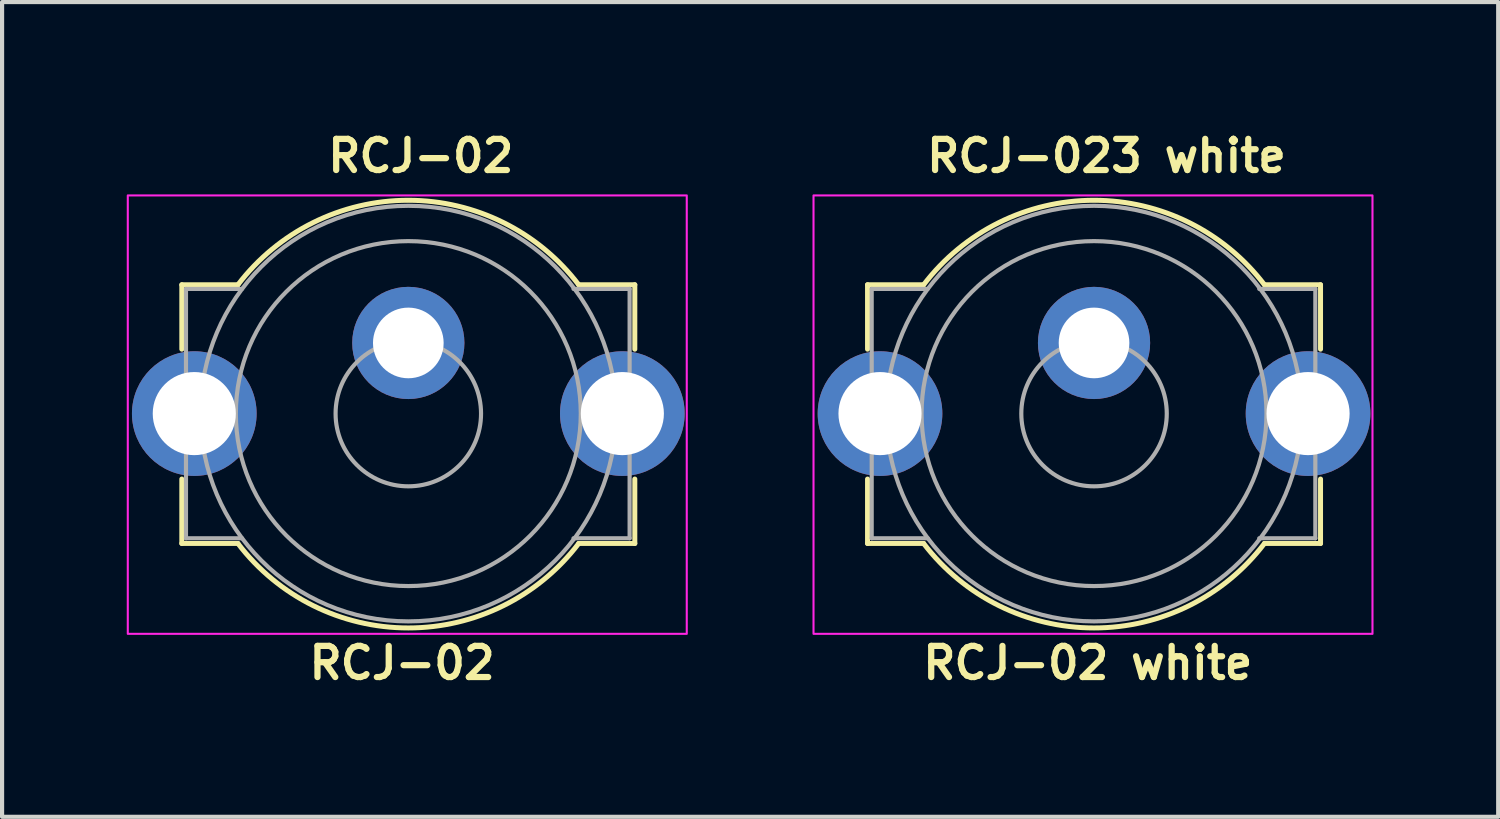
<source format=kicad_pcb>
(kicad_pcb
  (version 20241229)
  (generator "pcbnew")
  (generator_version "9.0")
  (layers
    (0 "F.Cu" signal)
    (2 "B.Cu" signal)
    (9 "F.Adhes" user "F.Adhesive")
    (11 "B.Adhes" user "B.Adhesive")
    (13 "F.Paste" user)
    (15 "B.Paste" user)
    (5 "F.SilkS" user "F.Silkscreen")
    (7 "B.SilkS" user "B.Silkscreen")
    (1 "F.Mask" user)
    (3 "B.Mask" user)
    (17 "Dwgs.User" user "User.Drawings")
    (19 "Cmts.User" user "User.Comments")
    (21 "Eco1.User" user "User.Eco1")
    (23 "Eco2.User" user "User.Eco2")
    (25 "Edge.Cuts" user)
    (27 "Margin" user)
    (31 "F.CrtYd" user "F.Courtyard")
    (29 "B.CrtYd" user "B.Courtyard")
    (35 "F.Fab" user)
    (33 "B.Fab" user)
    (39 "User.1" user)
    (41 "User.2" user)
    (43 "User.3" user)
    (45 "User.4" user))
  (footprint "RCJ-02"
    (layer "F.Cu")
    (at 1.625 6.902)
    (property "Reference" "RCJ-02" (at 5.45 -6.2 0) (layer "F.SilkS") (effects (font (size 0.75 0.75) (thickness 0.15))))
    (property "Value" "RCJ-02" (at 5.4 6.15 0) (layer "F.Fab") (hide yes) (effects (font (size 1 1) (thickness 0.15))))
    (fp_line (start -0.3 -3.1) (end -0.3 -1.55) (stroke (width 0.12) (type solid)) (layer "F.SilkS"))
    (fp_line (start -0.3 3.125) (end -0.3 1.575) (stroke (width 0.12) (type solid)) (layer "F.SilkS"))
    (fp_line (start -0.3 3.125) (end 1.05 3.125) (stroke (width 0.12) (type solid)) (layer "F.SilkS"))
    (fp_line (start 1.05 -3.1) (end -0.3 -3.1) (stroke (width 0.12) (type solid)) (layer "F.SilkS"))
    (fp_line (start 9.25 3.125) (end 10.6 3.125) (stroke (width 0.12) (type solid)) (layer "F.SilkS"))
    (fp_line (start 10.6 -3.1) (end 9.25 -3.1) (stroke (width 0.12) (type solid)) (layer "F.SilkS"))
    (fp_line (start 10.6 -3.1) (end 10.6 -1.55) (stroke (width 0.12) (type solid)) (layer "F.SilkS"))
    (fp_line (start 10.6 3.125) (end 10.6 1.575) (stroke (width 0.12) (type solid)) (layer "F.SilkS"))
    (fp_arc (start 1.05 -3.1) (mid 5.15 -5.132951) (end 9.25 -3.1) (stroke (width 0.12) (type solid)) (layer "F.SilkS"))
    (fp_arc (start 9.25 3.125) (mid 5.15 5.157951) (end 1.05 3.125) (stroke (width 0.12) (type solid)) (layer "F.SilkS"))
    (fp_rect (start -1.6 -5.25) (end 11.85 5.3) (stroke (width 0.05) (type solid)) (fill no) (layer "F.CrtYd"))
    (fp_line (start -0.2 -3) (end -0.2 3) (stroke (width 0.1) (type solid)) (layer "F.Fab"))
    (fp_line (start -0.2 3) (end 1.15 3) (stroke (width 0.1) (type solid)) (layer "F.Fab"))
    (fp_line (start 1.15 -3) (end -0.2 -3) (stroke (width 0.1) (type solid)) (layer "F.Fab"))
    (fp_line (start 9.125 3) (end 10.475 3) (stroke (width 0.1) (type solid)) (layer "F.Fab"))
    (fp_line (start 10.475 -3) (end 9.125 -3) (stroke (width 0.1) (type solid)) (layer "F.Fab"))
    (fp_line (start 10.475 3) (end 10.475 -3) (stroke (width 0.1) (type solid)) (layer "F.Fab"))
    (fp_circle (center 5.15 0) (end 5.15 1.75) (stroke (width 0.1) (type solid)) (fill no) (layer "F.Fab"))
    (fp_circle (center 5.15 0) (end 5.15 4.15) (stroke (width 0.1) (type solid)) (fill no) (layer "F.Fab"))
    (fp_circle (center 5.15 0) (end 5.15 5) (stroke (width 0.1) (type solid)) (fill no) (layer "F.Fab"))
    (fp_text user "${VALUE}" (at 5 6 0) (layer "F.SilkS") (effects (font (size 0.75 0.75) (thickness 0.15))))
    (pad "S" thru_hole circle (at 0 0) (size 3 3) (drill 2) (layers "*.Cu" "*.Mask"))
    (pad "S" thru_hole circle (at 10.3 0) (size 3 3) (drill 2) (layers "*.Cu" "*.Mask"))
    (pad "T" thru_hole circle (at 5.15 -1.7) (size 2.7 2.7) (drill 1.7) (layers "*.Cu" "*.Mask")))
  (footprint "RCJ-023 white"
    (layer "F.Cu")
    (at 18.125 6.902)
    (property "Reference" "RCJ-023 white" (at 5.45 -6.2 0) (layer "F.SilkS") (effects (font (size 0.75 0.75) (thickness 0.15))))
    (property "Value" "RCJ-02 white" (at 5.4 6.15 0) (layer "F.Fab") (hide yes) (effects (font (size 1 1) (thickness 0.15))))
    (fp_line (start -0.3 -3.1) (end -0.3 -1.55) (stroke (width 0.12) (type solid)) (layer "F.SilkS"))
    (fp_line (start -0.3 3.125) (end -0.3 1.575) (stroke (width 0.12) (type solid)) (layer "F.SilkS"))
    (fp_line (start -0.3 3.125) (end 1.05 3.125) (stroke (width 0.12) (type solid)) (layer "F.SilkS"))
    (fp_line (start 1.05 -3.1) (end -0.3 -3.1) (stroke (width 0.12) (type solid)) (layer "F.SilkS"))
    (fp_line (start 9.25 3.125) (end 10.6 3.125) (stroke (width 0.12) (type solid)) (layer "F.SilkS"))
    (fp_line (start 10.6 -3.1) (end 9.25 -3.1) (stroke (width 0.12) (type solid)) (layer "F.SilkS"))
    (fp_line (start 10.6 -3.1) (end 10.6 -1.55) (stroke (width 0.12) (type solid)) (layer "F.SilkS"))
    (fp_line (start 10.6 3.125) (end 10.6 1.575) (stroke (width 0.12) (type solid)) (layer "F.SilkS"))
    (fp_arc (start 1.05 -3.1) (mid 5.15 -5.132951) (end 9.25 -3.1) (stroke (width 0.12) (type solid)) (layer "F.SilkS"))
    (fp_arc (start 9.25 3.125) (mid 5.15 5.157951) (end 1.05 3.125) (stroke (width 0.12) (type solid)) (layer "F.SilkS"))
    (fp_rect (start -1.6 -5.25) (end 11.85 5.3) (stroke (width 0.05) (type solid)) (fill no) (layer "F.CrtYd"))
    (fp_line (start -0.2 -3) (end -0.2 3) (stroke (width 0.1) (type solid)) (layer "F.Fab"))
    (fp_line (start -0.2 3) (end 1.15 3) (stroke (width 0.1) (type solid)) (layer "F.Fab"))
    (fp_line (start 1.15 -3) (end -0.2 -3) (stroke (width 0.1) (type solid)) (layer "F.Fab"))
    (fp_line (start 9.125 3) (end 10.475 3) (stroke (width 0.1) (type solid)) (layer "F.Fab"))
    (fp_line (start 10.475 -3) (end 9.125 -3) (stroke (width 0.1) (type solid)) (layer "F.Fab"))
    (fp_line (start 10.475 3) (end 10.475 -3) (stroke (width 0.1) (type solid)) (layer "F.Fab"))
    (fp_circle (center 5.15 0) (end 5.15 1.75) (stroke (width 0.1) (type solid)) (fill no) (layer "F.Fab"))
    (fp_circle (center 5.15 0) (end 5.15 4.15) (stroke (width 0.1) (type solid)) (fill no) (layer "F.Fab"))
    (fp_circle (center 5.15 0) (end 5.15 5) (stroke (width 0.1) (type solid)) (fill no) (layer "F.Fab"))
    (fp_text user "${VALUE}" (at 5 6 0) (layer "F.SilkS") (effects (font (size 0.75 0.75) (thickness 0.15))))
    (pad "S" thru_hole circle (at 0 0) (size 3 3) (drill 2) (layers "*.Cu" "*.Mask"))
    (pad "S" thru_hole circle (at 10.3 0) (size 3 3) (drill 2) (layers "*.Cu" "*.Mask"))
    (pad "T" thru_hole circle (at 5.15 -1.7) (size 2.7 2.7) (drill 1.7) (layers "*.Cu" "*.Mask")))
  (gr_rect
    (start -3 -3)
    (end 33 16.604)
    (stroke (width 0.1) (type default))
    (fill no)
    (layer "Edge.Cuts")))
</source>
